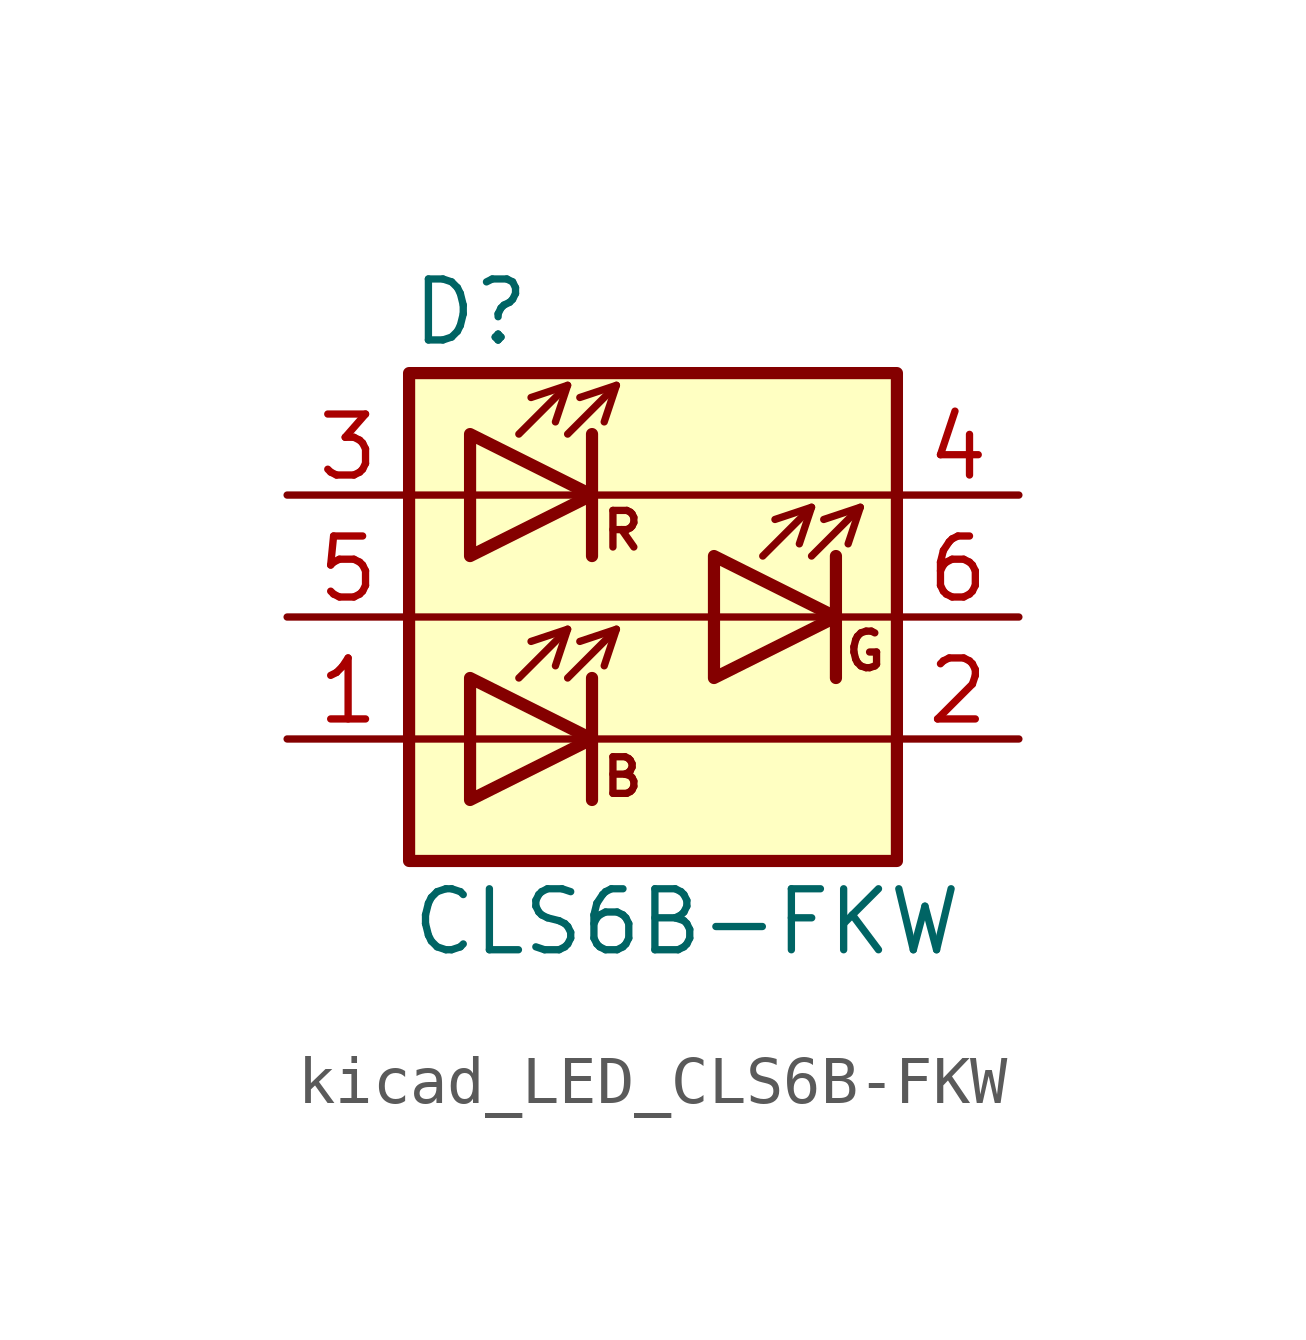
<source format=kicad_sym>
(kicad_symbol_lib
  (version 20220914)
  (generator kicad_symbol_editor)
  (symbol "kicad_LED_CLS6B-FKW"
    (pin_names hide)
    (property "Reference" "D"
      (at -5.08 6.35 0)
      (effects (font (size 1.27 1.27)) (justify left)))
    (property "Value" "CLS6B-FKW"
      (at -5.08 -6.35 0)
      (effects (font (size 1.27 1.27)) (justify left)))
    (symbol "kicad_LED_CLS6B-FKW_0_0"
      (text "B" (at -0.635 -3.327 0) (effects (font (size 0.762 0.762))))
      (text "G" (at 4.42 -0.711 0) (effects (font (size 0.762 0.762))))
      (text "R" (at -0.635 1.803 0) (effects (font (size 0.762 0.762)))))
    (symbol "kicad_LED_CLS6B-FKW_0_1"
      (rectangle (start -5.08 5.08) (end 5.08 -5.08) (stroke (width 0.254) (type default)) (fill (type background)))
      (polyline (pts (xy -5.08 -2.54) (xy 5.08 -2.54)) (stroke (width 0) (type default)) (fill (type none)))
      (polyline (pts (xy -5.08 0) (xy 5.08 0)) (stroke (width 0) (type default)) (fill (type none)))
      (polyline (pts (xy -5.08 2.54) (xy 5.08 2.54)) (stroke (width 0) (type default)) (fill (type none)))
      (polyline (pts (xy -2.794 -1.27) (xy -1.778 -0.254)) (stroke (width 0) (type default)) (fill (type none)))
      (polyline (pts (xy -2.794 3.81) (xy -1.778 4.826)) (stroke (width 0) (type default)) (fill (type none)))
      (polyline (pts (xy -1.778 -1.27) (xy -0.762 -0.254)) (stroke (width 0) (type default)) (fill (type none)))
      (polyline (pts (xy -1.778 3.81) (xy -0.762 4.826)) (stroke (width 0) (type default)) (fill (type none)))
      (polyline (pts (xy -1.27 -1.27) (xy -1.27 -3.81)) (stroke (width 0.254) (type default)) (fill (type none)))
      (polyline (pts (xy -1.27 3.81) (xy -1.27 1.27)) (stroke (width 0.254) (type default)) (fill (type none)))
      (polyline (pts (xy 2.286 1.27) (xy 3.302 2.286)) (stroke (width 0) (type default)) (fill (type none)))
      (polyline (pts (xy 3.302 1.27) (xy 4.318 2.286)) (stroke (width 0) (type default)) (fill (type none)))
      (polyline (pts (xy 3.81 1.27) (xy 3.81 -1.27)) (stroke (width 0.254) (type default)) (fill (type none)))
      (polyline (pts (xy -2.54 4.572) (xy -1.778 4.826) (xy -2.032 4.064)) (stroke (width 0) (type default)) (fill (type none)))
      (polyline (pts (xy -2.032 -1.016) (xy -1.778 -0.254) (xy -2.54 -0.508)) (stroke (width 0) (type default)) (fill (type none)))
      (polyline (pts (xy -1.524 -0.508) (xy -0.762 -0.254) (xy -1.016 -1.016)) (stroke (width 0) (type default)) (fill (type none)))
      (polyline (pts (xy -1.524 4.572) (xy -0.762 4.826) (xy -1.016 4.064)) (stroke (width 0) (type default)) (fill (type none)))
      (polyline (pts (xy 3.048 1.524) (xy 3.302 2.286) (xy 2.54 2.032)) (stroke (width 0) (type default)) (fill (type none)))
      (polyline (pts (xy 3.556 2.032) (xy 4.318 2.286) (xy 4.064 1.524)) (stroke (width 0) (type default)) (fill (type none)))
      (polyline (pts (xy -3.81 -1.27) (xy -3.81 -3.81) (xy -1.27 -2.54) (xy -3.81 -1.27)) (stroke (width 0.254) (type default)) (fill (type none)))
      (polyline (pts (xy -3.81 3.81) (xy -3.81 1.27) (xy -1.27 2.54) (xy -3.81 3.81)) (stroke (width 0.254) (type default)) (fill (type none)))
      (polyline (pts (xy 1.27 1.27) (xy 1.27 -1.27) (xy 3.81 0) (xy 1.27 1.27)) (stroke (width 0.254) (type default)) (fill (type none))))
    (symbol "kicad_LED_CLS6B-FKW_1_1"
      (pin passive line (at -7.62 -2.54 0) (length 2.54) (name "AB" (effects (font (size 1.27 1.27)))) (number "1" (effects (font (size 1.27 1.27)))))
      (pin passive line (at 7.62 -2.54 180) (length 2.54) (name "KB" (effects (font (size 1.27 1.27)))) (number "2" (effects (font (size 1.27 1.27)))))
      (pin passive line (at -7.62 2.54 0) (length 2.54) (name "AR" (effects (font (size 1.27 1.27)))) (number "3" (effects (font (size 1.27 1.27)))))
      (pin passive line (at 7.62 2.54 180) (length 2.54) (name "KR" (effects (font (size 1.27 1.27)))) (number "4" (effects (font (size 1.27 1.27)))))
      (pin passive line (at -7.62 0 0) (length 2.54) (name "AG" (effects (font (size 1.27 1.27)))) (number "5" (effects (font (size 1.27 1.27)))))
      (pin passive line (at 7.62 0 180) (length 2.54) (name "KR" (effects (font (size 1.27 1.27)))) (number "6" (effects (font (size 1.27 1.27))))))))
</source>
